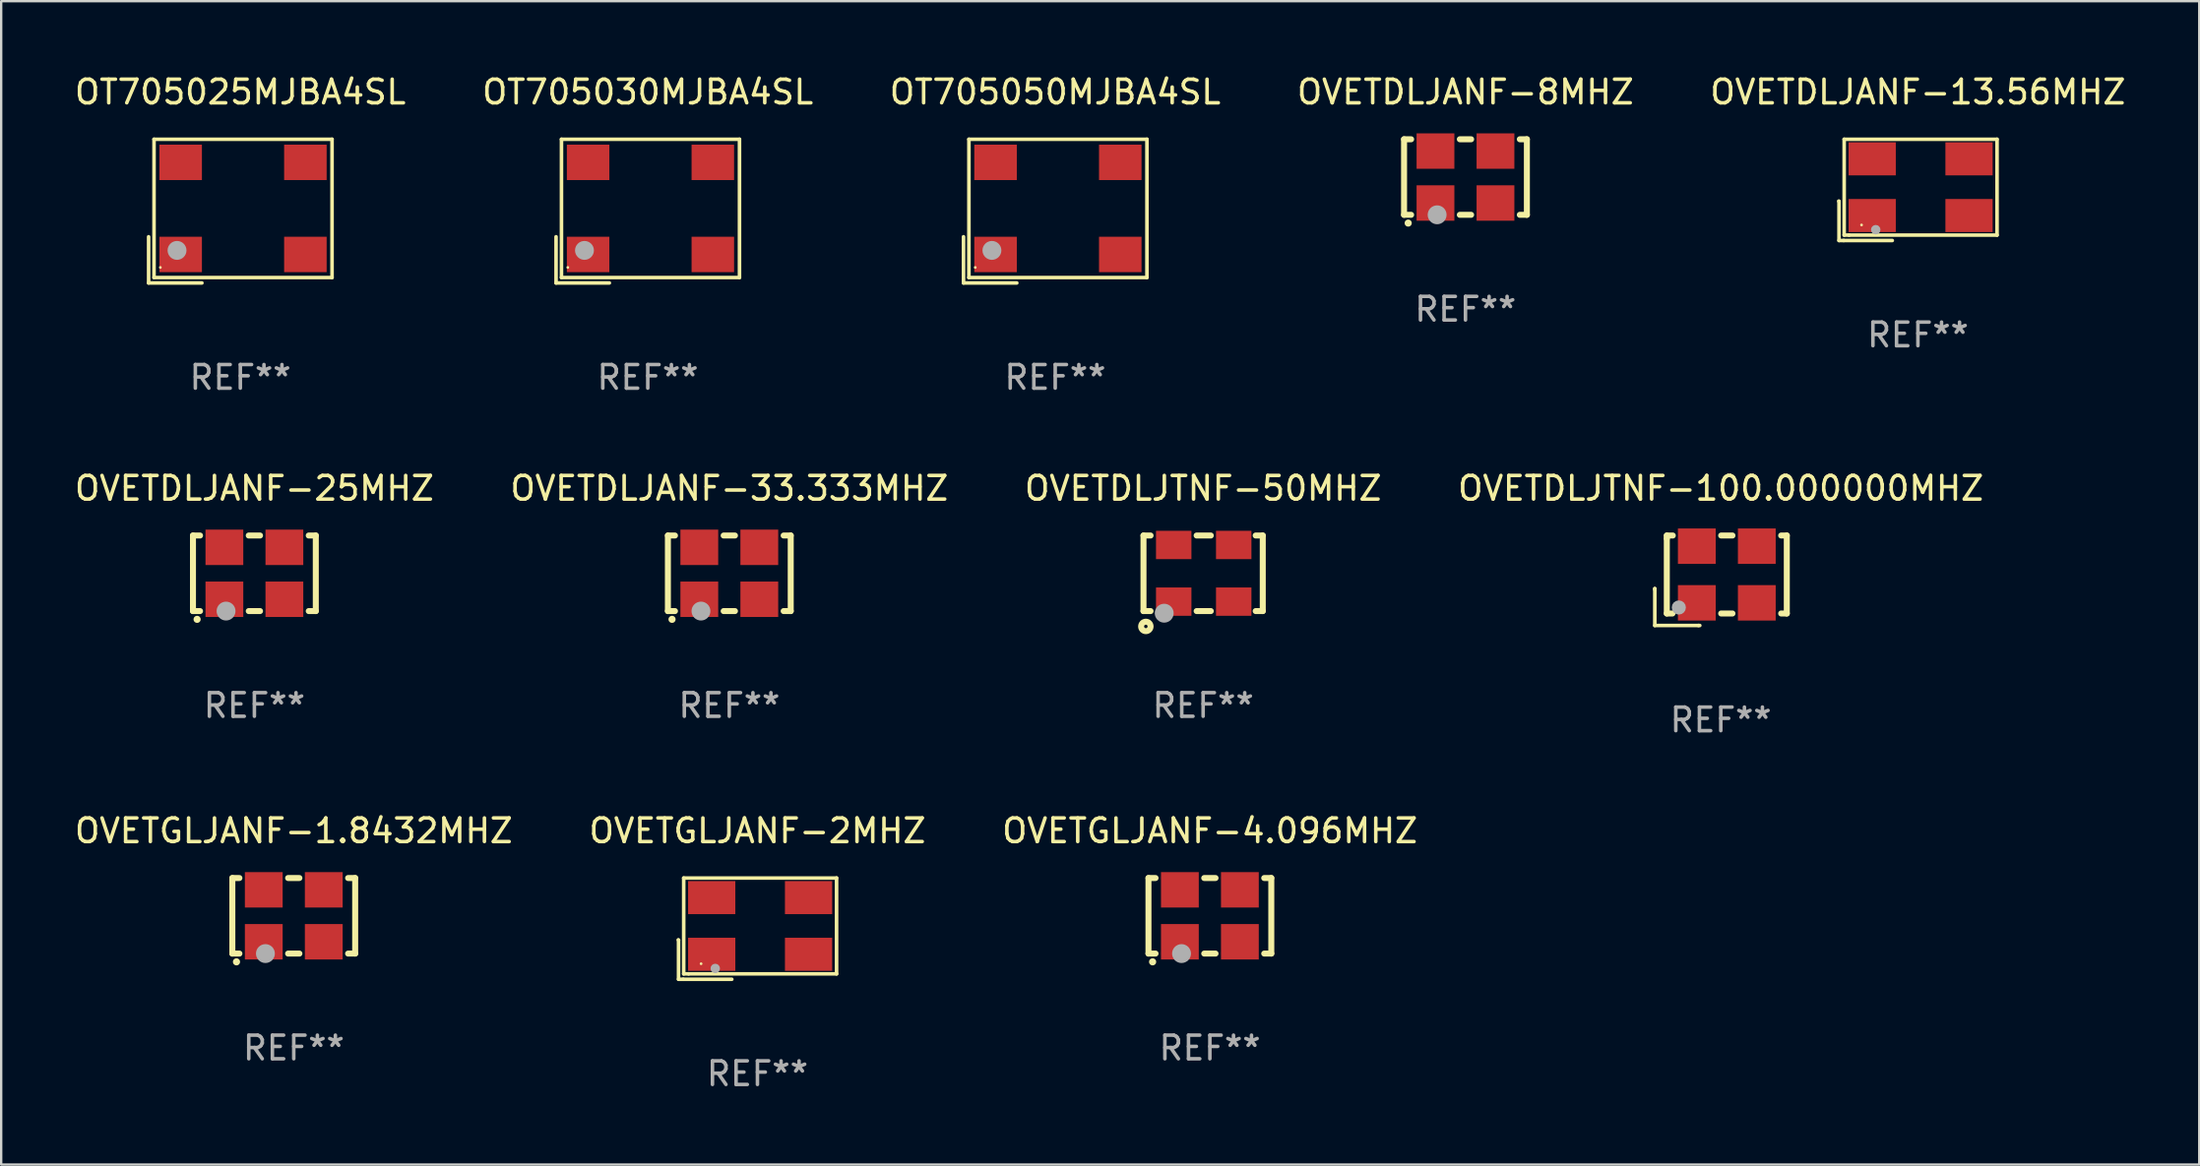
<source format=kicad_pcb>
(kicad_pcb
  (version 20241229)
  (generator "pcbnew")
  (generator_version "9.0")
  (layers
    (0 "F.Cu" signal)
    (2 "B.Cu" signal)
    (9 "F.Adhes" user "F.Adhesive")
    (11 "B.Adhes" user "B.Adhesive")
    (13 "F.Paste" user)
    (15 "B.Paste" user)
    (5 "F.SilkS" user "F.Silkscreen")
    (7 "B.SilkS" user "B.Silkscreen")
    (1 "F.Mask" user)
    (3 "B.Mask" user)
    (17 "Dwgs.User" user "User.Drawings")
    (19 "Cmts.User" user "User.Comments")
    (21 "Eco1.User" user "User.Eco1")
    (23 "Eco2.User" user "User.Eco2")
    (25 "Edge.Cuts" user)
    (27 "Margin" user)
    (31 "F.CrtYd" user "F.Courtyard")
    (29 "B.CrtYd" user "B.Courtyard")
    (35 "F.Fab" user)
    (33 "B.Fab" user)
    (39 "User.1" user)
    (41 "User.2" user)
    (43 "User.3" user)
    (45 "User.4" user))
  (footprint "OVETDLJANF-8MHZ"
    (layer "F.Cu")
    (at 58.994 4.448)
    (property "Reference" "OVETDLJANF-8MHZ" (at 0 -3.6 0) (layer "F.SilkS") (effects (font (size 1 1) (thickness 0.15))))
    (attr through_hole)
    (fp_line (start -2.6 -1.6) (end -2.301 -1.6) (stroke (width 0.254) (type solid)) (layer "F.SilkS"))
    (fp_line (start -2.6 1.6) (end -2.6 -1.6) (stroke (width 0.254) (type solid)) (layer "F.SilkS"))
    (fp_line (start -2.301 1.6) (end -2.6 1.6) (stroke (width 0.254) (type solid)) (layer "F.SilkS"))
    (fp_line (start -0.239 -1.6) (end 0.239 -1.6) (stroke (width 0.254) (type solid)) (layer "F.SilkS"))
    (fp_line (start 0.239 1.6) (end -0.239 1.6) (stroke (width 0.254) (type solid)) (layer "F.SilkS"))
    (fp_line (start 2.301 -1.6) (end 2.6 -1.6) (stroke (width 0.254) (type solid)) (layer "F.SilkS"))
    (fp_line (start 2.6 -1.6) (end 2.6 1.6) (stroke (width 0.254) (type solid)) (layer "F.SilkS"))
    (fp_line (start 2.6 1.6) (end 2.301 1.6) (stroke (width 0.254) (type solid)) (layer "F.SilkS"))
    (fp_arc (start -2.426213 1.949987) (mid -2.424943 1.949982) (end -2.423673 1.949987) (stroke (width 0.3) (type solid)) (layer "F.SilkS"))
    (fp_circle (center -2.5 1.6) (end -2.47 1.6) (stroke (width 0.06) (type solid)) (fill no) (layer "F.SilkS"))
    (fp_circle (center -1.2 1.6) (end -1 1.6) (stroke (width 0.4) (type solid)) (fill no) (layer "F.Fab"))
    (fp_text user "REF**" (at 0 5.6 0) (layer "F.Fab") (effects (font (size 1 1) (thickness 0.15))))
    (pad "1" smd rect (at -1.27 1.1) (size 1.6 1.5) (layers "F.Cu" "F.Mask" "F.Paste"))
    (pad "2" smd rect (at 1.27 1.1) (size 1.6 1.5) (layers "F.Cu" "F.Mask" "F.Paste"))
    (pad "3" smd rect (at 1.27 -1.1) (size 1.6 1.5) (layers "F.Cu" "F.Mask" "F.Paste"))
    (pad "4" smd rect (at -1.27 -1.1) (size 1.6 1.5) (layers "F.Cu" "F.Mask" "F.Paste")))
  (footprint "OVETDLJANF-13.56MHZ"
    (layer "F.Cu")
    (at 78.149 4.992)
    (property "Reference" "OVETDLJANF-13.56MHZ" (at 0 -4.144 0) (layer "F.SilkS") (effects (font (size 1 1) (thickness 0.15))))
    (attr through_hole)
    (fp_line (start -3.35 0.476) (end -3.341 0.485) (stroke (width 0.152) (type solid)) (layer "F.SilkS"))
    (fp_line (start -3.341 0.485) (end -3.341 2.144) (stroke (width 0.152) (type solid)) (layer "F.SilkS"))
    (fp_line (start -3.341 2.144) (end -3.143 2.144) (stroke (width 0.152) (type solid)) (layer "F.SilkS"))
    (fp_line (start -3.143 2.144) (end -1.085 2.144) (stroke (width 0.152) (type solid)) (layer "F.SilkS"))
    (fp_line (start -3.122 -2.144) (end 3.35 -2.144) (stroke (width 0.152) (type solid)) (layer "F.SilkS"))
    (fp_line (start -3.122 1.915) (end -3.122 -2.144) (stroke (width 0.152) (type solid)) (layer "F.SilkS"))
    (fp_line (start -2.914 1.915) (end -3.122 1.915) (stroke (width 0.152) (type solid)) (layer "F.SilkS"))
    (fp_line (start 3.35 -2.144) (end 3.35 1.915) (stroke (width 0.152) (type solid)) (layer "F.SilkS"))
    (fp_line (start 3.35 1.915) (end -2.914 1.915) (stroke (width 0.152) (type solid)) (layer "F.SilkS"))
    (fp_circle (center -2.386 1.486) (end -2.356 1.486) (stroke (width 0.06) (type solid)) (fill no) (layer "F.SilkS"))
    (fp_circle (center -1.786 1.686) (end -1.686 1.686) (stroke (width 0.2) (type solid)) (fill no) (layer "F.Fab"))
    (fp_text user "REF**" (at 0 6.144 0) (layer "F.Fab") (effects (font (size 1 1) (thickness 0.15))))
    (pad "1" smd rect (at -1.936 1.086) (size 2 1.4) (layers "F.Cu" "F.Mask" "F.Paste"))
    (pad "2" smd rect (at 2.164 1.086) (size 2 1.4) (layers "F.Cu" "F.Mask" "F.Paste"))
    (pad "3" smd rect (at 2.164 -1.314) (size 2 1.4) (layers "F.Cu" "F.Mask" "F.Paste"))
    (pad "4" smd rect (at -1.936 -1.314) (size 2 1.4) (layers "F.Cu" "F.Mask" "F.Paste")))
  (footprint "OVETGLJANF-1.8432MHZ"
    (layer "F.Cu")
    (at 9.387 35.737)
    (property "Reference" "OVETGLJANF-1.8432MHZ" (at 0 -3.6 0) (layer "F.SilkS") (effects (font (size 1 1) (thickness 0.15))))
    (attr through_hole)
    (fp_line (start -2.6 -1.6) (end -2.301 -1.6) (stroke (width 0.254) (type solid)) (layer "F.SilkS"))
    (fp_line (start -2.6 1.6) (end -2.6 -1.6) (stroke (width 0.254) (type solid)) (layer "F.SilkS"))
    (fp_line (start -2.301 1.6) (end -2.6 1.6) (stroke (width 0.254) (type solid)) (layer "F.SilkS"))
    (fp_line (start -0.239 -1.6) (end 0.239 -1.6) (stroke (width 0.254) (type solid)) (layer "F.SilkS"))
    (fp_line (start 0.239 1.6) (end -0.239 1.6) (stroke (width 0.254) (type solid)) (layer "F.SilkS"))
    (fp_line (start 2.301 -1.6) (end 2.6 -1.6) (stroke (width 0.254) (type solid)) (layer "F.SilkS"))
    (fp_line (start 2.6 -1.6) (end 2.6 1.6) (stroke (width 0.254) (type solid)) (layer "F.SilkS"))
    (fp_line (start 2.6 1.6) (end 2.301 1.6) (stroke (width 0.254) (type solid)) (layer "F.SilkS"))
    (fp_arc (start -2.426213 1.949987) (mid -2.424943 1.949982) (end -2.423673 1.949987) (stroke (width 0.3) (type solid)) (layer "F.SilkS"))
    (fp_circle (center -2.5 1.6) (end -2.47 1.6) (stroke (width 0.06) (type solid)) (fill no) (layer "F.SilkS"))
    (fp_circle (center -1.2 1.6) (end -1 1.6) (stroke (width 0.4) (type solid)) (fill no) (layer "F.Fab"))
    (fp_text user "REF**" (at 0 5.6 0) (layer "F.Fab") (effects (font (size 1 1) (thickness 0.15))))
    (pad "1" smd rect (at -1.27 1.1) (size 1.6 1.5) (layers "F.Cu" "F.Mask" "F.Paste"))
    (pad "2" smd rect (at 1.27 1.1) (size 1.6 1.5) (layers "F.Cu" "F.Mask" "F.Paste"))
    (pad "3" smd rect (at 1.27 -1.1) (size 1.6 1.5) (layers "F.Cu" "F.Mask" "F.Paste"))
    (pad "4" smd rect (at -1.27 -1.1) (size 1.6 1.5) (layers "F.Cu" "F.Mask" "F.Paste")))
  (footprint "OVETDLJANF-25MHZ"
    (layer "F.Cu")
    (at 7.72 21.231)
    (property "Reference" "OVETDLJANF-25MHZ" (at 0 -3.6 0) (layer "F.SilkS") (effects (font (size 1 1) (thickness 0.15))))
    (attr through_hole)
    (fp_line (start -2.6 -1.6) (end -2.301 -1.6) (stroke (width 0.254) (type solid)) (layer "F.SilkS"))
    (fp_line (start -2.6 1.6) (end -2.6 -1.6) (stroke (width 0.254) (type solid)) (layer "F.SilkS"))
    (fp_line (start -2.301 1.6) (end -2.6 1.6) (stroke (width 0.254) (type solid)) (layer "F.SilkS"))
    (fp_line (start -0.239 -1.6) (end 0.239 -1.6) (stroke (width 0.254) (type solid)) (layer "F.SilkS"))
    (fp_line (start 0.239 1.6) (end -0.239 1.6) (stroke (width 0.254) (type solid)) (layer "F.SilkS"))
    (fp_line (start 2.301 -1.6) (end 2.6 -1.6) (stroke (width 0.254) (type solid)) (layer "F.SilkS"))
    (fp_line (start 2.6 -1.6) (end 2.6 1.6) (stroke (width 0.254) (type solid)) (layer "F.SilkS"))
    (fp_line (start 2.6 1.6) (end 2.301 1.6) (stroke (width 0.254) (type solid)) (layer "F.SilkS"))
    (fp_arc (start -2.426213 1.949987) (mid -2.424943 1.949982) (end -2.423673 1.949987) (stroke (width 0.3) (type solid)) (layer "F.SilkS"))
    (fp_circle (center -2.5 1.6) (end -2.47 1.6) (stroke (width 0.06) (type solid)) (fill no) (layer "F.SilkS"))
    (fp_circle (center -1.2 1.6) (end -1 1.6) (stroke (width 0.4) (type solid)) (fill no) (layer "F.Fab"))
    (fp_text user "REF**" (at 0 5.6 0) (layer "F.Fab") (effects (font (size 1 1) (thickness 0.15))))
    (pad "1" smd rect (at -1.27 1.1) (size 1.6 1.5) (layers "F.Cu" "F.Mask" "F.Paste"))
    (pad "2" smd rect (at 1.27 1.1) (size 1.6 1.5) (layers "F.Cu" "F.Mask" "F.Paste"))
    (pad "3" smd rect (at 1.27 -1.1) (size 1.6 1.5) (layers "F.Cu" "F.Mask" "F.Paste"))
    (pad "4" smd rect (at -1.27 -1.1) (size 1.6 1.5) (layers "F.Cu" "F.Mask" "F.Paste")))
  (footprint "OVETDLJTNF-100.000000MHZ"
    (layer "F.Cu")
    (at 69.804 21.536)
    (property "Reference" "OVETDLJTNF-100.000000MHZ" (at 0 -3.905 0) (layer "F.SilkS") (effects (font (size 1 1) (thickness 0.15))))
    (attr through_hole)
    (fp_line (start -2.794 0.345) (end -2.794 1.905) (stroke (width 0.152) (type solid)) (layer "F.SilkS"))
    (fp_line (start -2.794 0.381) (end -2.794 0.345) (stroke (width 0.152) (type solid)) (layer "F.SilkS"))
    (fp_line (start -2.794 1.905) (end -0.945 1.905) (stroke (width 0.152) (type solid)) (layer "F.SilkS"))
    (fp_line (start -2.286 -1.905) (end -2.032 -1.905) (stroke (width 0.254) (type solid)) (layer "F.SilkS"))
    (fp_line (start -2.286 -1.778) (end -2.286 -1.905) (stroke (width 0.254) (type solid)) (layer "F.SilkS"))
    (fp_line (start -2.286 1.397) (end -2.286 -1.778) (stroke (width 0.254) (type solid)) (layer "F.SilkS"))
    (fp_line (start -2.047 1.397) (end -2.286 1.397) (stroke (width 0.254) (type solid)) (layer "F.SilkS"))
    (fp_line (start -0.945 1.905) (end -0.889 1.905) (stroke (width 0.152) (type solid)) (layer "F.SilkS"))
    (fp_line (start 0.015 -1.905) (end 0.493 -1.905) (stroke (width 0.254) (type solid)) (layer "F.SilkS"))
    (fp_line (start 0.493 1.397) (end 0.015 1.397) (stroke (width 0.254) (type solid)) (layer "F.SilkS"))
    (fp_line (start 2.555 -1.905) (end 2.794 -1.905) (stroke (width 0.254) (type solid)) (layer "F.SilkS"))
    (fp_line (start 2.794 -1.905) (end 2.794 1.397) (stroke (width 0.254) (type solid)) (layer "F.SilkS"))
    (fp_line (start 2.794 1.397) (end 2.555 1.397) (stroke (width 0.254) (type solid)) (layer "F.SilkS"))
    (fp_circle (center -2.246 1.346) (end -2.216 1.346) (stroke (width 0.06) (type solid)) (fill no) (layer "F.SilkS"))
    (fp_circle (center -1.778 1.143) (end -1.628 1.143) (stroke (width 0.3) (type solid)) (fill no) (layer "F.Fab"))
    (fp_text user "REF**" (at 0 5.905 0) (layer "F.Fab") (effects (font (size 1 1) (thickness 0.15))))
    (pad "1" smd rect (at -1.016 0.946) (size 1.6 1.5) (layers "F.Cu" "F.Mask" "F.Paste"))
    (pad "2" smd rect (at 1.524 0.946) (size 1.6 1.5) (layers "F.Cu" "F.Mask" "F.Paste"))
    (pad "3" smd rect (at 1.524 -1.454) (size 1.6 1.5) (layers "F.Cu" "F.Mask" "F.Paste"))
    (pad "4" smd rect (at -1.016 -1.454) (size 1.6 1.5) (layers "F.Cu" "F.Mask" "F.Paste")))
  (footprint "OVETDLJTNF-50MHZ"
    (layer "F.Cu")
    (at 47.887 21.231)
    (property "Reference" "OVETDLJTNF-50MHZ" (at 0 -3.6 0) (layer "F.SilkS") (effects (font (size 1 1) (thickness 0.15))))
    (attr through_hole)
    (fp_line (start -2.525 -1.6) (end -2.225 -1.6) (stroke (width 0.254) (type solid)) (layer "F.SilkS"))
    (fp_line (start -2.525 1.6) (end -2.525 -1.6) (stroke (width 0.254) (type solid)) (layer "F.SilkS"))
    (fp_line (start -2.225 1.6) (end -2.525 1.6) (stroke (width 0.254) (type solid)) (layer "F.SilkS"))
    (fp_line (start -0.275 -1.6) (end 0.325 -1.6) (stroke (width 0.254) (type solid)) (layer "F.SilkS"))
    (fp_line (start -0.275 1.6) (end 0.325 1.6) (stroke (width 0.254) (type solid)) (layer "F.SilkS"))
    (fp_line (start 2.225 -1.6) (end 2.525 -1.6) (stroke (width 0.254) (type solid)) (layer "F.SilkS"))
    (fp_line (start 2.525 -1.6) (end 2.525 1.6) (stroke (width 0.254) (type solid)) (layer "F.SilkS"))
    (fp_line (start 2.525 1.6) (end 2.225 1.6) (stroke (width 0.254) (type solid)) (layer "F.SilkS"))
    (fp_circle (center -2.475 1.6) (end -2.445 1.6) (stroke (width 0.06) (type solid)) (fill no) (layer "F.SilkS"))
    (fp_circle (center -2.425 2.25) (end -2.225 2.25) (stroke (width 0.254) (type solid)) (fill no) (layer "F.SilkS"))
    (fp_circle (center -1.648 1.69) (end -1.448 1.69) (stroke (width 0.4) (type solid)) (fill no) (layer "F.Fab"))
    (fp_text user "REF**" (at 0 5.6 0) (layer "F.Fab") (effects (font (size 1 1) (thickness 0.15))))
    (pad "1" smd rect (at -1.245 1.2) (size 1.5 1.2) (layers "F.Cu" "F.Mask" "F.Paste"))
    (pad "2" smd rect (at 1.295 1.2) (size 1.5 1.2) (layers "F.Cu" "F.Mask" "F.Paste"))
    (pad "3" smd rect (at 1.295 -1.2 180) (size 1.5 1.2) (layers "F.Cu" "F.Mask" "F.Paste"))
    (pad "4" smd rect (at -1.245 -1.2) (size 1.5 1.2) (layers "F.Cu" "F.Mask" "F.Paste")))
  (footprint "OT705050MJBA4SL"
    (layer "F.Cu")
    (at 41.625 5.891)
    (property "Reference" "OT705050MJBA4SL" (at 0 -5.043 0) (layer "F.SilkS") (effects (font (size 1 1) (thickness 0.15))))
    (attr through_hole)
    (fp_line (start -3.883 1.086) (end -3.883 3.043) (stroke (width 0.152) (type solid)) (layer "F.SilkS"))
    (fp_line (start -3.883 3.043) (end -1.626 3.043) (stroke (width 0.152) (type solid)) (layer "F.SilkS"))
    (fp_line (start -3.654 -3.043) (end 3.883 -3.043) (stroke (width 0.152) (type solid)) (layer "F.SilkS"))
    (fp_line (start -3.654 2.814) (end -3.654 -3.043) (stroke (width 0.152) (type solid)) (layer "F.SilkS"))
    (fp_line (start 3.883 -3.043) (end 3.883 2.814) (stroke (width 0.152) (type solid)) (layer "F.SilkS"))
    (fp_line (start 3.883 2.814) (end -3.654 2.814) (stroke (width 0.152) (type solid)) (layer "F.SilkS"))
    (fp_circle (center -3.386 2.386) (end -3.356 2.386) (stroke (width 0.06) (type solid)) (fill no) (layer "F.SilkS"))
    (fp_circle (center -2.68 1.664) (end -2.48 1.664) (stroke (width 0.4) (type solid)) (fill no) (layer "F.Fab"))
    (fp_text user "REF**" (at 0 7.043 0) (layer "F.Fab") (effects (font (size 1 1) (thickness 0.15))))
    (pad "1" smd rect (at -2.526 1.836) (size 1.8 1.5) (layers "F.Cu" "F.Mask" "F.Paste"))
    (pad "2" smd rect (at 2.754 1.836) (size 1.8 1.5) (layers "F.Cu" "F.Mask" "F.Paste"))
    (pad "3" smd rect (at 2.754 -2.064) (size 1.8 1.5) (layers "F.Cu" "F.Mask" "F.Paste"))
    (pad "4" smd rect (at -2.526 -2.064) (size 1.8 1.5) (layers "F.Cu" "F.Mask" "F.Paste")))
  (footprint "OVETGLJANF-4.096MHZ"
    (layer "F.Cu")
    (at 48.173 35.737)
    (property "Reference" "OVETGLJANF-4.096MHZ" (at 0 -3.6 0) (layer "F.SilkS") (effects (font (size 1 1) (thickness 0.15))))
    (attr through_hole)
    (fp_line (start -2.6 -1.6) (end -2.301 -1.6) (stroke (width 0.254) (type solid)) (layer "F.SilkS"))
    (fp_line (start -2.6 1.6) (end -2.6 -1.6) (stroke (width 0.254) (type solid)) (layer "F.SilkS"))
    (fp_line (start -2.301 1.6) (end -2.6 1.6) (stroke (width 0.254) (type solid)) (layer "F.SilkS"))
    (fp_line (start -0.239 -1.6) (end 0.239 -1.6) (stroke (width 0.254) (type solid)) (layer "F.SilkS"))
    (fp_line (start 0.239 1.6) (end -0.239 1.6) (stroke (width 0.254) (type solid)) (layer "F.SilkS"))
    (fp_line (start 2.301 -1.6) (end 2.6 -1.6) (stroke (width 0.254) (type solid)) (layer "F.SilkS"))
    (fp_line (start 2.6 -1.6) (end 2.6 1.6) (stroke (width 0.254) (type solid)) (layer "F.SilkS"))
    (fp_line (start 2.6 1.6) (end 2.301 1.6) (stroke (width 0.254) (type solid)) (layer "F.SilkS"))
    (fp_arc (start -2.426213 1.949987) (mid -2.424943 1.949982) (end -2.423673 1.949987) (stroke (width 0.3) (type solid)) (layer "F.SilkS"))
    (fp_circle (center -2.5 1.6) (end -2.47 1.6) (stroke (width 0.06) (type solid)) (fill no) (layer "F.SilkS"))
    (fp_circle (center -1.2 1.6) (end -1 1.6) (stroke (width 0.4) (type solid)) (fill no) (layer "F.Fab"))
    (fp_text user "REF**" (at 0 5.6 0) (layer "F.Fab") (effects (font (size 1 1) (thickness 0.15))))
    (pad "1" smd rect (at -1.27 1.1) (size 1.6 1.5) (layers "F.Cu" "F.Mask" "F.Paste"))
    (pad "2" smd rect (at 1.27 1.1) (size 1.6 1.5) (layers "F.Cu" "F.Mask" "F.Paste"))
    (pad "3" smd rect (at 1.27 -1.1) (size 1.6 1.5) (layers "F.Cu" "F.Mask" "F.Paste"))
    (pad "4" smd rect (at -1.27 -1.1) (size 1.6 1.5) (layers "F.Cu" "F.Mask" "F.Paste")))
  (footprint "OVETGLJANF-2MHZ"
    (layer "F.Cu")
    (at 29.018 36.281)
    (property "Reference" "OVETGLJANF-2MHZ" (at 0 -4.144 0) (layer "F.SilkS") (effects (font (size 1 1) (thickness 0.15))))
    (attr through_hole)
    (fp_line (start -3.35 0.476) (end -3.341 0.485) (stroke (width 0.152) (type solid)) (layer "F.SilkS"))
    (fp_line (start -3.341 0.485) (end -3.341 2.144) (stroke (width 0.152) (type solid)) (layer "F.SilkS"))
    (fp_line (start -3.341 2.144) (end -3.143 2.144) (stroke (width 0.152) (type solid)) (layer "F.SilkS"))
    (fp_line (start -3.143 2.144) (end -1.085 2.144) (stroke (width 0.152) (type solid)) (layer "F.SilkS"))
    (fp_line (start -3.122 -2.144) (end 3.35 -2.144) (stroke (width 0.152) (type solid)) (layer "F.SilkS"))
    (fp_line (start -3.122 1.915) (end -3.122 -2.144) (stroke (width 0.152) (type solid)) (layer "F.SilkS"))
    (fp_line (start -2.914 1.915) (end -3.122 1.915) (stroke (width 0.152) (type solid)) (layer "F.SilkS"))
    (fp_line (start 3.35 -2.144) (end 3.35 1.915) (stroke (width 0.152) (type solid)) (layer "F.SilkS"))
    (fp_line (start 3.35 1.915) (end -2.914 1.915) (stroke (width 0.152) (type solid)) (layer "F.SilkS"))
    (fp_circle (center -2.386 1.486) (end -2.356 1.486) (stroke (width 0.06) (type solid)) (fill no) (layer "F.SilkS"))
    (fp_circle (center -1.786 1.686) (end -1.686 1.686) (stroke (width 0.2) (type solid)) (fill no) (layer "F.Fab"))
    (fp_text user "REF**" (at 0 6.144 0) (layer "F.Fab") (effects (font (size 1 1) (thickness 0.15))))
    (pad "1" smd rect (at -1.936 1.086) (size 2 1.4) (layers "F.Cu" "F.Mask" "F.Paste"))
    (pad "2" smd rect (at 2.164 1.086) (size 2 1.4) (layers "F.Cu" "F.Mask" "F.Paste"))
    (pad "3" smd rect (at 2.164 -1.314) (size 2 1.4) (layers "F.Cu" "F.Mask" "F.Paste"))
    (pad "4" smd rect (at -1.936 -1.314) (size 2 1.4) (layers "F.Cu" "F.Mask" "F.Paste")))
  (footprint "OVETDLJANF-33.333MHZ"
    (layer "F.Cu")
    (at 27.827 21.231)
    (property "Reference" "OVETDLJANF-33.333MHZ" (at 0 -3.6 0) (layer "F.SilkS") (effects (font (size 1 1) (thickness 0.15))))
    (attr through_hole)
    (fp_line (start -2.6 -1.6) (end -2.301 -1.6) (stroke (width 0.254) (type solid)) (layer "F.SilkS"))
    (fp_line (start -2.6 1.6) (end -2.6 -1.6) (stroke (width 0.254) (type solid)) (layer "F.SilkS"))
    (fp_line (start -2.301 1.6) (end -2.6 1.6) (stroke (width 0.254) (type solid)) (layer "F.SilkS"))
    (fp_line (start -0.239 -1.6) (end 0.239 -1.6) (stroke (width 0.254) (type solid)) (layer "F.SilkS"))
    (fp_line (start 0.239 1.6) (end -0.239 1.6) (stroke (width 0.254) (type solid)) (layer "F.SilkS"))
    (fp_line (start 2.301 -1.6) (end 2.6 -1.6) (stroke (width 0.254) (type solid)) (layer "F.SilkS"))
    (fp_line (start 2.6 -1.6) (end 2.6 1.6) (stroke (width 0.254) (type solid)) (layer "F.SilkS"))
    (fp_line (start 2.6 1.6) (end 2.301 1.6) (stroke (width 0.254) (type solid)) (layer "F.SilkS"))
    (fp_arc (start -2.426213 1.949987) (mid -2.424943 1.949982) (end -2.423673 1.949987) (stroke (width 0.3) (type solid)) (layer "F.SilkS"))
    (fp_circle (center -2.5 1.6) (end -2.47 1.6) (stroke (width 0.06) (type solid)) (fill no) (layer "F.SilkS"))
    (fp_circle (center -1.2 1.6) (end -1 1.6) (stroke (width 0.4) (type solid)) (fill no) (layer "F.Fab"))
    (fp_text user "REF**" (at 0 5.6 0) (layer "F.Fab") (effects (font (size 1 1) (thickness 0.15))))
    (pad "1" smd rect (at -1.27 1.1) (size 1.6 1.5) (layers "F.Cu" "F.Mask" "F.Paste"))
    (pad "2" smd rect (at 1.27 1.1) (size 1.6 1.5) (layers "F.Cu" "F.Mask" "F.Paste"))
    (pad "3" smd rect (at 1.27 -1.1) (size 1.6 1.5) (layers "F.Cu" "F.Mask" "F.Paste"))
    (pad "4" smd rect (at -1.27 -1.1) (size 1.6 1.5) (layers "F.Cu" "F.Mask" "F.Paste")))
  (footprint "OT705030MJBA4SL"
    (layer "F.Cu")
    (at 24.375 5.891)
    (property "Reference" "OT705030MJBA4SL" (at 0 -5.043 0) (layer "F.SilkS") (effects (font (size 1 1) (thickness 0.15))))
    (attr through_hole)
    (fp_line (start -3.883 1.086) (end -3.883 3.043) (stroke (width 0.152) (type solid)) (layer "F.SilkS"))
    (fp_line (start -3.883 3.043) (end -1.626 3.043) (stroke (width 0.152) (type solid)) (layer "F.SilkS"))
    (fp_line (start -3.654 -3.043) (end 3.883 -3.043) (stroke (width 0.152) (type solid)) (layer "F.SilkS"))
    (fp_line (start -3.654 2.814) (end -3.654 -3.043) (stroke (width 0.152) (type solid)) (layer "F.SilkS"))
    (fp_line (start 3.883 -3.043) (end 3.883 2.814) (stroke (width 0.152) (type solid)) (layer "F.SilkS"))
    (fp_line (start 3.883 2.814) (end -3.654 2.814) (stroke (width 0.152) (type solid)) (layer "F.SilkS"))
    (fp_circle (center -3.386 2.386) (end -3.356 2.386) (stroke (width 0.06) (type solid)) (fill no) (layer "F.SilkS"))
    (fp_circle (center -2.68 1.664) (end -2.48 1.664) (stroke (width 0.4) (type solid)) (fill no) (layer "F.Fab"))
    (fp_text user "REF**" (at 0 7.043 0) (layer "F.Fab") (effects (font (size 1 1) (thickness 0.15))))
    (pad "1" smd rect (at -2.526 1.836) (size 1.8 1.5) (layers "F.Cu" "F.Mask" "F.Paste"))
    (pad "2" smd rect (at 2.754 1.836) (size 1.8 1.5) (layers "F.Cu" "F.Mask" "F.Paste"))
    (pad "3" smd rect (at 2.754 -2.064) (size 1.8 1.5) (layers "F.Cu" "F.Mask" "F.Paste"))
    (pad "4" smd rect (at -2.526 -2.064) (size 1.8 1.5) (layers "F.Cu" "F.Mask" "F.Paste")))
  (footprint "OT705025MJBA4SL"
    (layer "F.Cu")
    (at 7.125 5.891)
    (property "Reference" "OT705025MJBA4SL" (at 0 -5.043 0) (layer "F.SilkS") (effects (font (size 1 1) (thickness 0.15))))
    (attr through_hole)
    (fp_line (start -3.883 1.086) (end -3.883 3.043) (stroke (width 0.152) (type solid)) (layer "F.SilkS"))
    (fp_line (start -3.883 3.043) (end -1.626 3.043) (stroke (width 0.152) (type solid)) (layer "F.SilkS"))
    (fp_line (start -3.654 -3.043) (end 3.883 -3.043) (stroke (width 0.152) (type solid)) (layer "F.SilkS"))
    (fp_line (start -3.654 2.814) (end -3.654 -3.043) (stroke (width 0.152) (type solid)) (layer "F.SilkS"))
    (fp_line (start 3.883 -3.043) (end 3.883 2.814) (stroke (width 0.152) (type solid)) (layer "F.SilkS"))
    (fp_line (start 3.883 2.814) (end -3.654 2.814) (stroke (width 0.152) (type solid)) (layer "F.SilkS"))
    (fp_circle (center -3.386 2.386) (end -3.356 2.386) (stroke (width 0.06) (type solid)) (fill no) (layer "F.SilkS"))
    (fp_circle (center -2.68 1.664) (end -2.48 1.664) (stroke (width 0.4) (type solid)) (fill no) (layer "F.Fab"))
    (fp_text user "REF**" (at 0 7.043 0) (layer "F.Fab") (effects (font (size 1 1) (thickness 0.15))))
    (pad "1" smd rect (at -2.526 1.836) (size 1.8 1.5) (layers "F.Cu" "F.Mask" "F.Paste"))
    (pad "2" smd rect (at 2.754 1.836) (size 1.8 1.5) (layers "F.Cu" "F.Mask" "F.Paste"))
    (pad "3" smd rect (at 2.754 -2.064) (size 1.8 1.5) (layers "F.Cu" "F.Mask" "F.Paste"))
    (pad "4" smd rect (at -2.526 -2.064) (size 1.8 1.5) (layers "F.Cu" "F.Mask" "F.Paste")))
  (gr_rect
    (start -3 -3)
    (end 90.06 46.273)
    (stroke (width 0.1) (type default))
    (fill no)
    (layer "Edge.Cuts")))
</source>
